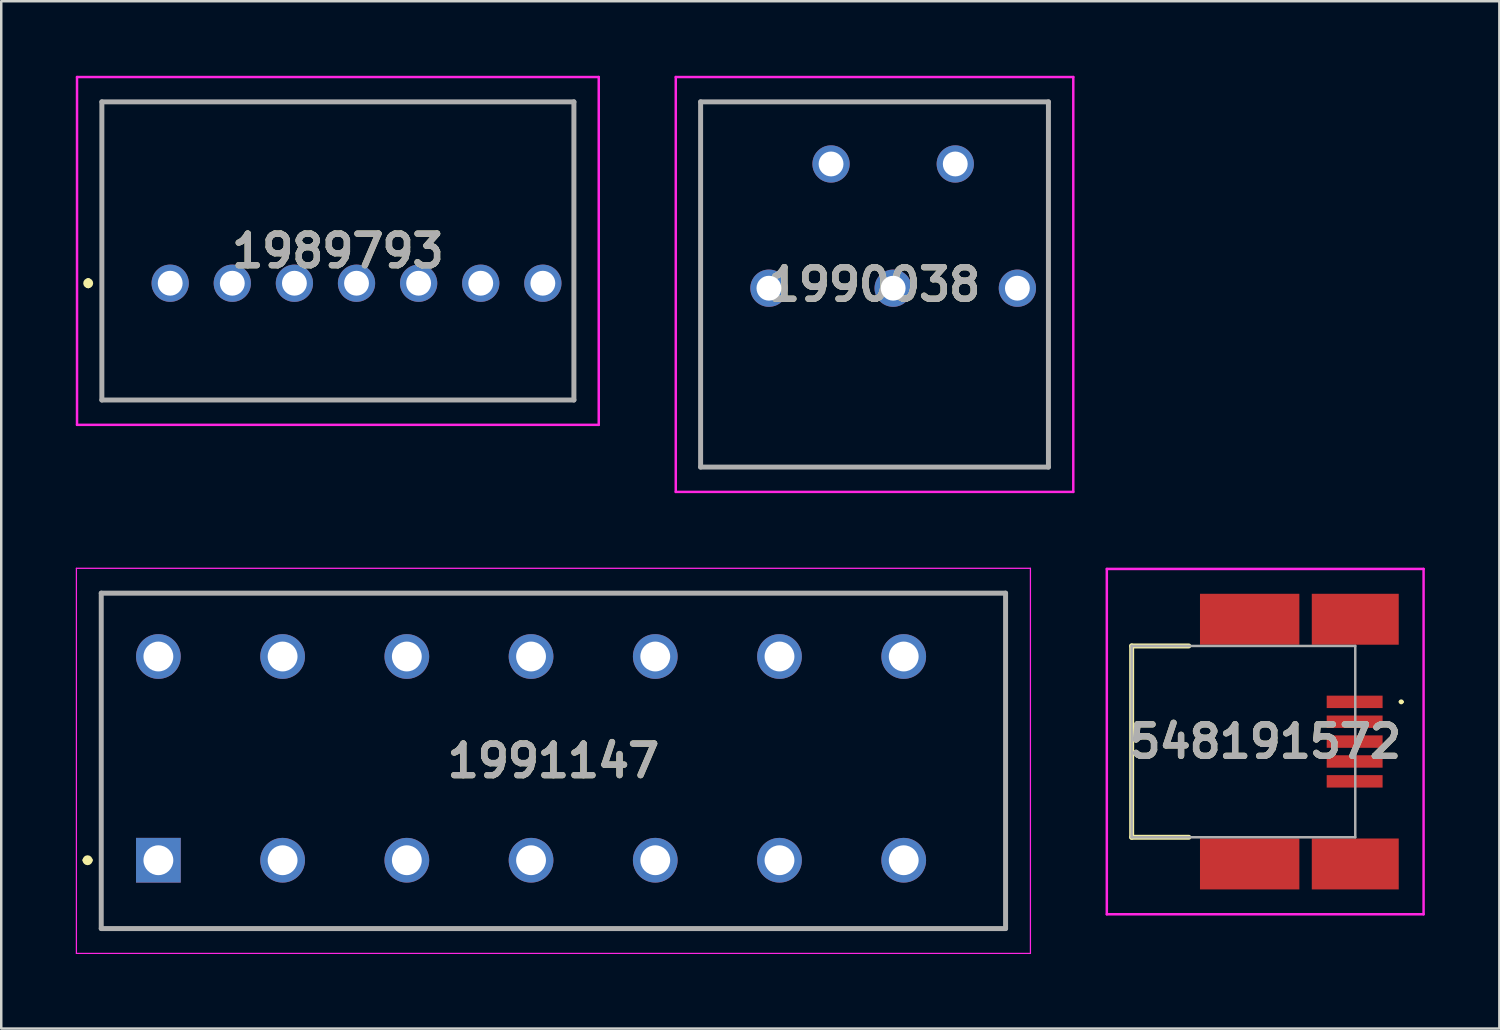
<source format=kicad_pcb>
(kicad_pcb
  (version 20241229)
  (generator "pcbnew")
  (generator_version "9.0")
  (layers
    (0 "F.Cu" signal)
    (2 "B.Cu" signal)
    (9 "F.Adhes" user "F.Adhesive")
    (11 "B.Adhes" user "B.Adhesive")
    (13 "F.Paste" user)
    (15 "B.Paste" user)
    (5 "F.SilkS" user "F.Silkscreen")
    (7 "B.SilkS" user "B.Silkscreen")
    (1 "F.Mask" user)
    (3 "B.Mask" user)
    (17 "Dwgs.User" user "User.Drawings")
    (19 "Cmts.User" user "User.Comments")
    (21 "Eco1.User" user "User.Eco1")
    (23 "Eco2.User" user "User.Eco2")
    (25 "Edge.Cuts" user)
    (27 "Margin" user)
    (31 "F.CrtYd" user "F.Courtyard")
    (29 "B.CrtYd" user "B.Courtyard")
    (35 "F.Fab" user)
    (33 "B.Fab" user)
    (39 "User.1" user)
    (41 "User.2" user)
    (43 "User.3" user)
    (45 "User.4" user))
  (footprint "1989793"
    (layer "F.Cu")
    (at 3.8 8.35)
    (property "Reference" "1989793" (at 6.75 -1.3 0) (layer "F.SilkS") (effects (font (size 1.27 1.27) (thickness 0.254))))
    (attr through_hole)
    (fp_line (start -3.3 -0.1) (end -3.3 -0.1) (stroke (width 0.2) (type solid)) (layer "F.SilkS"))
    (fp_line (start -3.3 0.1) (end -3.3 0.1) (stroke (width 0.2) (type solid)) (layer "F.SilkS"))
    (fp_line (start -2.75 -7.3) (end 16.25 -7.3) (stroke (width 0.1) (type solid)) (layer "F.SilkS"))
    (fp_line (start -2.75 4.7) (end -2.75 -7.3) (stroke (width 0.1) (type solid)) (layer "F.SilkS"))
    (fp_line (start 16.25 -7.3) (end 16.25 4.7) (stroke (width 0.1) (type solid)) (layer "F.SilkS"))
    (fp_line (start 16.25 4.7) (end -2.75 4.7) (stroke (width 0.1) (type solid)) (layer "F.SilkS"))
    (fp_arc (start -3.3 -0.1) (mid -3.2 0) (end -3.3 0.1) (stroke (width 0.2) (type solid)) (layer "F.SilkS"))
    (fp_arc (start -3.3 0.1) (mid -3.4 0) (end -3.3 -0.1) (stroke (width 0.2) (type solid)) (layer "F.SilkS"))
    (fp_line (start -3.75 -8.3) (end 17.25 -8.3) (stroke (width 0.1) (type solid)) (layer "F.CrtYd"))
    (fp_line (start -3.75 5.7) (end -3.75 -8.3) (stroke (width 0.1) (type solid)) (layer "F.CrtYd"))
    (fp_line (start 17.25 -8.3) (end 17.25 5.7) (stroke (width 0.1) (type solid)) (layer "F.CrtYd"))
    (fp_line (start 17.25 5.7) (end -3.75 5.7) (stroke (width 0.1) (type solid)) (layer "F.CrtYd"))
    (fp_line (start -2.75 -7.3) (end 16.25 -7.3) (stroke (width 0.2) (type solid)) (layer "F.Fab"))
    (fp_line (start -2.75 4.7) (end -2.75 -7.3) (stroke (width 0.2) (type solid)) (layer "F.Fab"))
    (fp_line (start 16.25 -7.3) (end 16.25 4.7) (stroke (width 0.2) (type solid)) (layer "F.Fab"))
    (fp_line (start 16.25 4.7) (end -2.75 4.7) (stroke (width 0.2) (type solid)) (layer "F.Fab"))
    (fp_text user "${REFERENCE}" (at 6.75 -1.3 0) (layer "F.Fab") (effects (font (size 1.27 1.27) (thickness 0.254))))
    (pad "1" thru_hole circle (at 0 0) (size 1.5 1.5) (drill 1) (layers "*.Cu" "*.Mask"))
    (pad "2" thru_hole circle (at 2.5 0) (size 1.5 1.5) (drill 1) (layers "*.Cu" "*.Mask"))
    (pad "3" thru_hole circle (at 5 0) (size 1.5 1.5) (drill 1) (layers "*.Cu" "*.Mask"))
    (pad "4" thru_hole circle (at 7.5 0) (size 1.5 1.5) (drill 1) (layers "*.Cu" "*.Mask"))
    (pad "5" thru_hole circle (at 10 0) (size 1.5 1.5) (drill 1) (layers "*.Cu" "*.Mask"))
    (pad "6" thru_hole circle (at 12.5 0) (size 1.5 1.5) (drill 1) (layers "*.Cu" "*.Mask"))
    (pad "7" thru_hole circle (at 15 0) (size 1.5 1.5) (drill 1) (layers "*.Cu" "*.Mask")))
  (footprint "1991147"
    (layer "F.Cu")
    (at 3.325 31.575)
    (property "Reference" "1991147" (at 15.9 -4 0) (layer "F.SilkS") (effects (font (size 1.27 1.27) (thickness 0.254))))
    (attr through_hole)
    (fp_line (start -2.95 0) (end -2.95 0) (stroke (width 0.2) (type solid)) (layer "F.SilkS"))
    (fp_line (start -2.75 0) (end -2.75 0) (stroke (width 0.2) (type solid)) (layer "F.SilkS"))
    (fp_line (start -2.3 -10.75) (end 34.1 -10.75) (stroke (width 0.1) (type solid)) (layer "F.SilkS"))
    (fp_line (start 34.1 -10.75) (end 34.1 2.75) (stroke (width 0.1) (type solid)) (layer "F.SilkS"))
    (fp_line (start 34.1 2.75) (end -2.3 2.75) (stroke (width 0.1) (type solid)) (layer "F.SilkS"))
    (fp_arc (start -2.95 0) (mid -2.85 -0.1) (end -2.75 0) (stroke (width 0.2) (type solid)) (layer "F.SilkS"))
    (fp_arc (start -2.75 0) (mid -2.85 0.1) (end -2.95 0) (stroke (width 0.2) (type solid)) (layer "F.SilkS"))
    (fp_line (start -3.3 -11.75) (end 35.1 -11.75) (stroke (width 0.05) (type solid)) (layer "F.CrtYd"))
    (fp_line (start -3.3 3.75) (end -3.3 -11.75) (stroke (width 0.05) (type solid)) (layer "F.CrtYd"))
    (fp_line (start 35.1 -11.75) (end 35.1 3.75) (stroke (width 0.05) (type solid)) (layer "F.CrtYd"))
    (fp_line (start 35.1 3.75) (end -3.3 3.75) (stroke (width 0.05) (type solid)) (layer "F.CrtYd"))
    (fp_line (start -2.3 -10.75) (end 34.1 -10.75) (stroke (width 0.2) (type solid)) (layer "F.Fab"))
    (fp_line (start -2.3 2.75) (end -2.3 -10.75) (stroke (width 0.2) (type solid)) (layer "F.Fab"))
    (fp_line (start 34.1 -10.75) (end 34.1 2.75) (stroke (width 0.2) (type solid)) (layer "F.Fab"))
    (fp_line (start 34.1 2.75) (end -2.3 2.75) (stroke (width 0.2) (type solid)) (layer "F.Fab"))
    (fp_text user "${REFERENCE}" (at 15.9 -4 0) (layer "F.Fab") (effects (font (size 1.27 1.27) (thickness 0.254))))
    (pad "1" thru_hole rect (at 0 0) (size 1.8 1.8) (drill 1.2) (layers "*.Cu" "*.Mask"))
    (pad "2" thru_hole circle (at 0 -8.2) (size 1.8 1.8) (drill 1.2) (layers "*.Cu" "*.Mask"))
    (pad "3" thru_hole circle (at 5 0) (size 1.8 1.8) (drill 1.2) (layers "*.Cu" "*.Mask"))
    (pad "4" thru_hole circle (at 5 -8.2) (size 1.8 1.8) (drill 1.2) (layers "*.Cu" "*.Mask"))
    (pad "5" thru_hole circle (at 10 0) (size 1.8 1.8) (drill 1.2) (layers "*.Cu" "*.Mask"))
    (pad "6" thru_hole circle (at 10 -8.2) (size 1.8 1.8) (drill 1.2) (layers "*.Cu" "*.Mask"))
    (pad "7" thru_hole circle (at 15 0) (size 1.8 1.8) (drill 1.2) (layers "*.Cu" "*.Mask"))
    (pad "8" thru_hole circle (at 15 -8.2) (size 1.8 1.8) (drill 1.2) (layers "*.Cu" "*.Mask"))
    (pad "9" thru_hole circle (at 20 0) (size 1.8 1.8) (drill 1.2) (layers "*.Cu" "*.Mask"))
    (pad "10" thru_hole circle (at 20 -8.2) (size 1.8 1.8) (drill 1.2) (layers "*.Cu" "*.Mask"))
    (pad "11" thru_hole circle (at 25 0) (size 1.8 1.8) (drill 1.2) (layers "*.Cu" "*.Mask"))
    (pad "12" thru_hole circle (at 25 -8.2) (size 1.8 1.8) (drill 1.2) (layers "*.Cu" "*.Mask"))
    (pad "13" thru_hole circle (at 30 0) (size 1.8 1.8) (drill 1.2) (layers "*.Cu" "*.Mask"))
    (pad "14" thru_hole circle (at 30 -8.2) (size 1.8 1.8) (drill 1.2) (layers "*.Cu" "*.Mask")))
  (footprint "1990038"
    (layer "F.Cu")
    (at 27.9 8.55)
    (property "Reference" "1990038" (at 4.25 -0.15 0) (layer "F.SilkS") (effects (font (size 1.27 1.27) (thickness 0.254))))
    (attr through_hole)
    (fp_line (start -2.75 -7.5) (end 11.25 -7.5) (stroke (width 0.1) (type solid)) (layer "F.SilkS"))
    (fp_line (start -2.75 7.2) (end -2.75 -7.5) (stroke (width 0.1) (type solid)) (layer "F.SilkS"))
    (fp_line (start 11.25 -7.5) (end 11.25 7.2) (stroke (width 0.1) (type solid)) (layer "F.SilkS"))
    (fp_line (start 11.25 7.2) (end -2.75 7.2) (stroke (width 0.1) (type solid)) (layer "F.SilkS"))
    (fp_line (start -3.75 -8.5) (end 12.25 -8.5) (stroke (width 0.1) (type solid)) (layer "F.CrtYd"))
    (fp_line (start -3.75 8.2) (end -3.75 -8.5) (stroke (width 0.1) (type solid)) (layer "F.CrtYd"))
    (fp_line (start 12.25 -8.5) (end 12.25 8.2) (stroke (width 0.1) (type solid)) (layer "F.CrtYd"))
    (fp_line (start 12.25 8.2) (end -3.75 8.2) (stroke (width 0.1) (type solid)) (layer "F.CrtYd"))
    (fp_line (start -2.75 -7.5) (end 11.25 -7.5) (stroke (width 0.2) (type solid)) (layer "F.Fab"))
    (fp_line (start -2.75 7.2) (end -2.75 -7.5) (stroke (width 0.2) (type solid)) (layer "F.Fab"))
    (fp_line (start 11.25 -7.5) (end 11.25 7.2) (stroke (width 0.2) (type solid)) (layer "F.Fab"))
    (fp_line (start 11.25 7.2) (end -2.75 7.2) (stroke (width 0.2) (type solid)) (layer "F.Fab"))
    (fp_text user "${REFERENCE}" (at 4.25 -0.15 0) (layer "F.Fab") (effects (font (size 1.27 1.27) (thickness 0.254))))
    (pad "1" thru_hole circle (at 0 0) (size 1.5 1.5) (drill 1) (layers "*.Cu" "*.Mask"))
    (pad "2" thru_hole circle (at 2.5 -5) (size 1.5 1.5) (drill 1) (layers "*.Cu" "*.Mask"))
    (pad "3" thru_hole circle (at 5 0) (size 1.5 1.5) (drill 1) (layers "*.Cu" "*.Mask"))
    (pad "4" thru_hole circle (at 7.5 -5) (size 1.5 1.5) (drill 1) (layers "*.Cu" "*.Mask"))
    (pad "5" thru_hole circle (at 10 0) (size 1.5 1.5) (drill 1) (layers "*.Cu" "*.Mask")))
  (footprint "548191572"
    (layer "F.Cu")
    (at 47 26.8)
    (property "Reference" "548191572" (at 0.875 0 0) (layer "F.SilkS") (effects (font (size 1.27 1.27) (thickness 0.254))))
    (attr smd)
    (fp_line (start -4.5 -3.85) (end -4.5 3.85) (stroke (width 0.2) (type solid)) (layer "F.SilkS"))
    (fp_line (start -4.5 3.85) (end -2.2 3.85) (stroke (width 0.2) (type solid)) (layer "F.SilkS"))
    (fp_line (start -2.2 -3.85) (end -4.5 -3.85) (stroke (width 0.2) (type solid)) (layer "F.SilkS"))
    (fp_line (start 6.3 -1.6) (end 6.3 -1.6) (stroke (width 0.1) (type solid)) (layer "F.SilkS"))
    (fp_line (start 6.4 -1.6) (end 6.4 -1.6) (stroke (width 0.1) (type solid)) (layer "F.SilkS"))
    (fp_arc (start 6.3 -1.6) (mid 6.35 -1.65) (end 6.4 -1.6) (stroke (width 0.1) (type solid)) (layer "F.SilkS"))
    (fp_arc (start 6.4 -1.6) (mid 6.35 -1.55) (end 6.3 -1.6) (stroke (width 0.1) (type solid)) (layer "F.SilkS"))
    (fp_line (start -5.5 -6.95) (end 7.25 -6.95) (stroke (width 0.1) (type solid)) (layer "F.CrtYd"))
    (fp_line (start -5.5 6.95) (end -5.5 -6.95) (stroke (width 0.1) (type solid)) (layer "F.CrtYd"))
    (fp_line (start 7.25 -6.95) (end 7.25 6.95) (stroke (width 0.1) (type solid)) (layer "F.CrtYd"))
    (fp_line (start 7.25 6.95) (end -5.5 6.95) (stroke (width 0.1) (type solid)) (layer "F.CrtYd"))
    (fp_line (start -4.5 -3.85) (end 4.5 -3.85) (stroke (width 0.1) (type solid)) (layer "F.Fab"))
    (fp_line (start -4.5 3.85) (end -4.5 -3.85) (stroke (width 0.1) (type solid)) (layer "F.Fab"))
    (fp_line (start 4.5 -3.85) (end 4.5 3.85) (stroke (width 0.1) (type solid)) (layer "F.Fab"))
    (fp_line (start 4.5 3.85) (end -4.5 3.85) (stroke (width 0.1) (type solid)) (layer "F.Fab"))
    (fp_text user "${REFERENCE}" (at 0.875 0 0) (layer "F.Fab") (effects (font (size 1.27 1.27) (thickness 0.254))))
    (pad "1" smd rect (at 4.475 -1.6 90) (size 0.5 2.25) (layers "F.Cu" "F.Mask" "F.Paste"))
    (pad "2" smd rect (at 4.475 -0.8 90) (size 0.5 2.25) (layers "F.Cu" "F.Mask" "F.Paste"))
    (pad "3" smd rect (at 4.475 0 90) (size 0.5 2.25) (layers "F.Cu" "F.Mask" "F.Paste"))
    (pad "4" smd rect (at 4.475 0.8 90) (size 0.5 2.25) (layers "F.Cu" "F.Mask" "F.Paste"))
    (pad "5" smd rect (at 4.475 1.6 90) (size 0.5 2.25) (layers "F.Cu" "F.Mask" "F.Paste"))
    (pad "MP1" smd rect (at 4.5 -4.925 90) (size 2.05 3.5) (layers "F.Cu" "F.Mask" "F.Paste"))
    (pad "MP2" smd rect (at 0.25 -4.925 90) (size 2.05 4) (layers "F.Cu" "F.Mask" "F.Paste"))
    (pad "MP3" smd rect (at 0.25 4.925 90) (size 2.05 4) (layers "F.Cu" "F.Mask" "F.Paste"))
    (pad "MP4" smd rect (at 4.5 4.925 90) (size 2.05 3.5) (layers "F.Cu" "F.Mask" "F.Paste")))
  (gr_rect
    (start -3 -3)
    (end 57.3 38.35)
    (stroke (width 0.1) (type default))
    (fill no)
    (layer "Edge.Cuts")))
</source>
